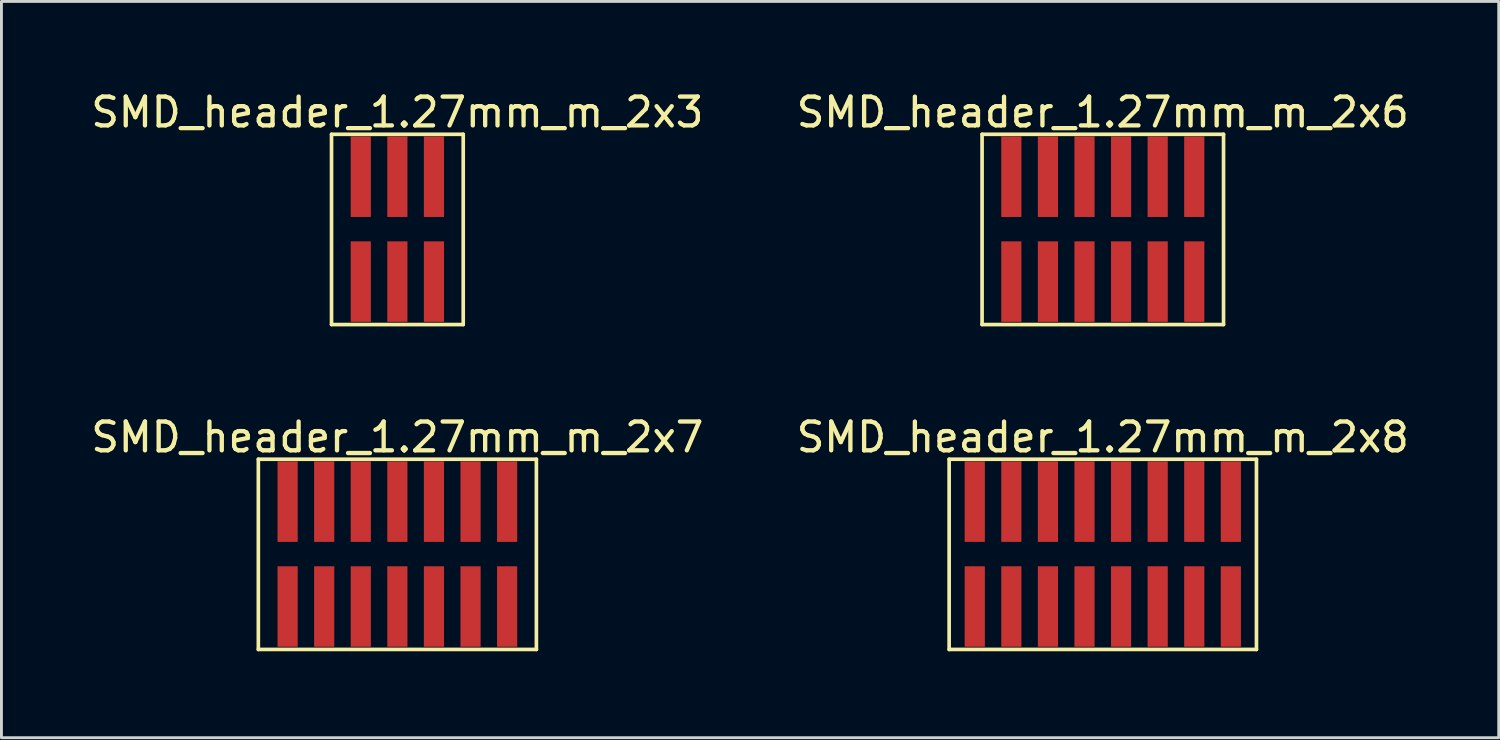
<source format=kicad_pcb>
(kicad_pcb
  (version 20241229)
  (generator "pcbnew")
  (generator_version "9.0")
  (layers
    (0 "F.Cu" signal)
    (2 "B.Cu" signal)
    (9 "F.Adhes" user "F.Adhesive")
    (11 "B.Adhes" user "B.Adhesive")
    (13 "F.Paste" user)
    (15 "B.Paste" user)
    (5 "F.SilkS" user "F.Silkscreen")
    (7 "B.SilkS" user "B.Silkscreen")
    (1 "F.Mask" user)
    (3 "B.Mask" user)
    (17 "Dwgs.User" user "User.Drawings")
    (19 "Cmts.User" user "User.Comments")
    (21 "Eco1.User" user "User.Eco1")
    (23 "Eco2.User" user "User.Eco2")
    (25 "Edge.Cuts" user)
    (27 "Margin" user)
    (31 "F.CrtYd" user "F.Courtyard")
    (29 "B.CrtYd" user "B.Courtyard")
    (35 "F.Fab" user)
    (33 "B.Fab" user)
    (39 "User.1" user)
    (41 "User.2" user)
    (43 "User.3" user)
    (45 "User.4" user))
  (footprint "SMD_header_1.27mm_m_2x6"
    (layer "F.Cu")
    (at 35.232 4.905)
    (property "Reference" "SMD_header_1.27mm_m_2x6" (at 0 -4.057 0) (layer "F.SilkS") (effects (font (size 1 1) (thickness 0.15))))
    (fp_line (start -4.191 -3.293) (end 4.191 -3.293) (stroke (width 0.127) (type solid)) (layer "F.SilkS"))
    (fp_line (start -4.191 3.311) (end -4.191 -3.293) (stroke (width 0.127) (type solid)) (layer "F.SilkS"))
    (fp_line (start -4.191 3.311) (end 4.191 3.311) (stroke (width 0.127) (type solid)) (layer "F.SilkS"))
    (fp_line (start 4.191 3.311) (end 4.191 -3.293) (stroke (width 0.127) (type solid)) (layer "F.SilkS"))
    (pad "1" smd rect (at 3.175 -1.82 180) (size 0.7 2.794) (layers "F.Cu" "F.Mask" "F.Paste"))
    (pad "2" smd rect (at 3.175 1.82 180) (size 0.7 2.794) (layers "F.Cu" "F.Mask" "F.Paste"))
    (pad "3" smd rect (at 1.905 -1.82 180) (size 0.7 2.794) (layers "F.Cu" "F.Mask" "F.Paste"))
    (pad "4" smd rect (at 1.905 1.82 180) (size 0.7 2.794) (layers "F.Cu" "F.Mask" "F.Paste"))
    (pad "5" smd rect (at 0.635 -1.82 180) (size 0.7 2.794) (layers "F.Cu" "F.Mask" "F.Paste"))
    (pad "6" smd rect (at 0.635 1.82 180) (size 0.7 2.794) (layers "F.Cu" "F.Mask" "F.Paste"))
    (pad "7" smd rect (at -0.635 -1.82 180) (size 0.7 2.794) (layers "F.Cu" "F.Mask" "F.Paste"))
    (pad "8" smd rect (at -0.635 1.82 180) (size 0.7 2.794) (layers "F.Cu" "F.Mask" "F.Paste"))
    (pad "9" smd rect (at -1.905 -1.82 180) (size 0.7 2.794) (layers "F.Cu" "F.Mask" "F.Paste"))
    (pad "10" smd rect (at -1.905 1.82 180) (size 0.7 2.794) (layers "F.Cu" "F.Mask" "F.Paste"))
    (pad "11" smd rect (at -3.175 -1.82 180) (size 0.7 2.794) (layers "F.Cu" "F.Mask" "F.Paste"))
    (pad "12" smd rect (at -3.175 1.82 180) (size 0.7 2.794) (layers "F.Cu" "F.Mask" "F.Paste")))
  (footprint "SMD_header_1.27mm_m_2x8"
    (layer "F.Cu")
    (at 35.232 16.184)
    (property "Reference" "SMD_header_1.27mm_m_2x8" (at 0 -4.057 0) (layer "F.SilkS") (effects (font (size 1 1) (thickness 0.15))))
    (fp_line (start -5.334 -3.293) (end 5.334 -3.293) (stroke (width 0.127) (type solid)) (layer "F.SilkS"))
    (fp_line (start -5.334 3.311) (end -5.334 -3.293) (stroke (width 0.127) (type solid)) (layer "F.SilkS"))
    (fp_line (start -5.334 3.311) (end 5.334 3.311) (stroke (width 0.127) (type solid)) (layer "F.SilkS"))
    (fp_line (start 5.334 3.311) (end 5.334 -3.293) (stroke (width 0.127) (type solid)) (layer "F.SilkS"))
    (pad "1" smd rect (at 4.445 -1.82 180) (size 0.7 2.794) (layers "F.Cu" "F.Mask" "F.Paste"))
    (pad "2" smd rect (at 4.445 1.82 180) (size 0.7 2.794) (layers "F.Cu" "F.Mask" "F.Paste"))
    (pad "3" smd rect (at 3.175 -1.82 180) (size 0.7 2.794) (layers "F.Cu" "F.Mask" "F.Paste"))
    (pad "4" smd rect (at 3.175 1.82 180) (size 0.7 2.794) (layers "F.Cu" "F.Mask" "F.Paste"))
    (pad "5" smd rect (at 1.905 -1.82 180) (size 0.7 2.794) (layers "F.Cu" "F.Mask" "F.Paste"))
    (pad "6" smd rect (at 1.905 1.82 180) (size 0.7 2.794) (layers "F.Cu" "F.Mask" "F.Paste"))
    (pad "7" smd rect (at 0.635 -1.82 180) (size 0.7 2.794) (layers "F.Cu" "F.Mask" "F.Paste"))
    (pad "8" smd rect (at 0.635 1.82 180) (size 0.7 2.794) (layers "F.Cu" "F.Mask" "F.Paste"))
    (pad "9" smd rect (at -0.635 -1.82 180) (size 0.7 2.794) (layers "F.Cu" "F.Mask" "F.Paste"))
    (pad "10" smd rect (at -0.635 1.82 180) (size 0.7 2.794) (layers "F.Cu" "F.Mask" "F.Paste"))
    (pad "11" smd rect (at -1.905 -1.82 180) (size 0.7 2.794) (layers "F.Cu" "F.Mask" "F.Paste"))
    (pad "12" smd rect (at -1.905 1.82 180) (size 0.7 2.794) (layers "F.Cu" "F.Mask" "F.Paste"))
    (pad "13" smd rect (at -3.175 -1.82 180) (size 0.7 2.794) (layers "F.Cu" "F.Mask" "F.Paste"))
    (pad "14" smd rect (at -3.175 1.82 180) (size 0.7 2.794) (layers "F.Cu" "F.Mask" "F.Paste"))
    (pad "15" smd rect (at -4.445 -1.82 180) (size 0.7 2.794) (layers "F.Cu" "F.Mask" "F.Paste"))
    (pad "16" smd rect (at -4.445 1.82 180) (size 0.7 2.794) (layers "F.Cu" "F.Mask" "F.Paste")))
  (footprint "SMD_header_1.27mm_m_2x3"
    (layer "F.Cu")
    (at 10.744 4.905)
    (property "Reference" "SMD_header_1.27mm_m_2x3" (at 0 -4.057 0) (layer "F.SilkS") (effects (font (size 1 1) (thickness 0.15))))
    (fp_line (start -2.286 -3.293) (end 2.286 -3.293) (stroke (width 0.127) (type solid)) (layer "F.SilkS"))
    (fp_line (start -2.286 3.311) (end -2.286 -3.293) (stroke (width 0.127) (type solid)) (layer "F.SilkS"))
    (fp_line (start -2.286 3.311) (end 2.286 3.311) (stroke (width 0.127) (type solid)) (layer "F.SilkS"))
    (fp_line (start 2.286 3.311) (end 2.286 -3.293) (stroke (width 0.127) (type solid)) (layer "F.SilkS"))
    (pad "1" smd rect (at 1.27 -1.82 180) (size 0.7 2.794) (layers "F.Cu" "F.Mask" "F.Paste"))
    (pad "2" smd rect (at 1.27 1.82 180) (size 0.7 2.794) (layers "F.Cu" "F.Mask" "F.Paste"))
    (pad "3" smd rect (at 0 -1.82 180) (size 0.7 2.794) (layers "F.Cu" "F.Mask" "F.Paste"))
    (pad "4" smd rect (at 0 1.82 180) (size 0.7 2.794) (layers "F.Cu" "F.Mask" "F.Paste"))
    (pad "5" smd rect (at -1.27 -1.82 180) (size 0.7 2.794) (layers "F.Cu" "F.Mask" "F.Paste"))
    (pad "6" smd rect (at -1.27 1.82 180) (size 0.7 2.794) (layers "F.Cu" "F.Mask" "F.Paste")))
  (footprint "SMD_header_1.27mm_m_2x7"
    (layer "F.Cu")
    (at 10.744 16.184)
    (property "Reference" "SMD_header_1.27mm_m_2x7" (at 0 -4.057 0) (layer "F.SilkS") (effects (font (size 1 1) (thickness 0.15))))
    (fp_line (start -4.826 -3.293) (end 4.826 -3.293) (stroke (width 0.127) (type solid)) (layer "F.SilkS"))
    (fp_line (start -4.826 3.311) (end -4.826 -3.293) (stroke (width 0.127) (type solid)) (layer "F.SilkS"))
    (fp_line (start -4.826 3.311) (end 4.826 3.311) (stroke (width 0.127) (type solid)) (layer "F.SilkS"))
    (fp_line (start 4.826 3.311) (end 4.826 -3.293) (stroke (width 0.127) (type solid)) (layer "F.SilkS"))
    (pad "1" smd rect (at 3.81 -1.82 180) (size 0.7 2.794) (layers "F.Cu" "F.Mask" "F.Paste"))
    (pad "2" smd rect (at 3.81 1.82 180) (size 0.7 2.794) (layers "F.Cu" "F.Mask" "F.Paste"))
    (pad "3" smd rect (at 2.54 -1.82 180) (size 0.7 2.794) (layers "F.Cu" "F.Mask" "F.Paste"))
    (pad "4" smd rect (at 2.54 1.82 180) (size 0.7 2.794) (layers "F.Cu" "F.Mask" "F.Paste"))
    (pad "5" smd rect (at 1.27 -1.82 180) (size 0.7 2.794) (layers "F.Cu" "F.Mask" "F.Paste"))
    (pad "6" smd rect (at 1.27 1.82 180) (size 0.7 2.794) (layers "F.Cu" "F.Mask" "F.Paste"))
    (pad "7" smd rect (at 0 -1.82 180) (size 0.7 2.794) (layers "F.Cu" "F.Mask" "F.Paste"))
    (pad "8" smd rect (at 0 1.82 180) (size 0.7 2.794) (layers "F.Cu" "F.Mask" "F.Paste"))
    (pad "9" smd rect (at -1.27 -1.82 180) (size 0.7 2.794) (layers "F.Cu" "F.Mask" "F.Paste"))
    (pad "10" smd rect (at -1.27 1.82 180) (size 0.7 2.794) (layers "F.Cu" "F.Mask" "F.Paste"))
    (pad "11" smd rect (at -2.54 -1.82 180) (size 0.7 2.794) (layers "F.Cu" "F.Mask" "F.Paste"))
    (pad "12" smd rect (at -2.54 1.82 180) (size 0.7 2.794) (layers "F.Cu" "F.Mask" "F.Paste"))
    (pad "13" smd rect (at -3.81 -1.82 180) (size 0.7 2.794) (layers "F.Cu" "F.Mask" "F.Paste"))
    (pad "14" smd rect (at -3.81 1.82 180) (size 0.7 2.794) (layers "F.Cu" "F.Mask" "F.Paste")))
  (gr_rect
    (start -3 -3)
    (end 48.976 22.558)
    (stroke (width 0.1) (type default))
    (fill no)
    (layer "Edge.Cuts")))
</source>
